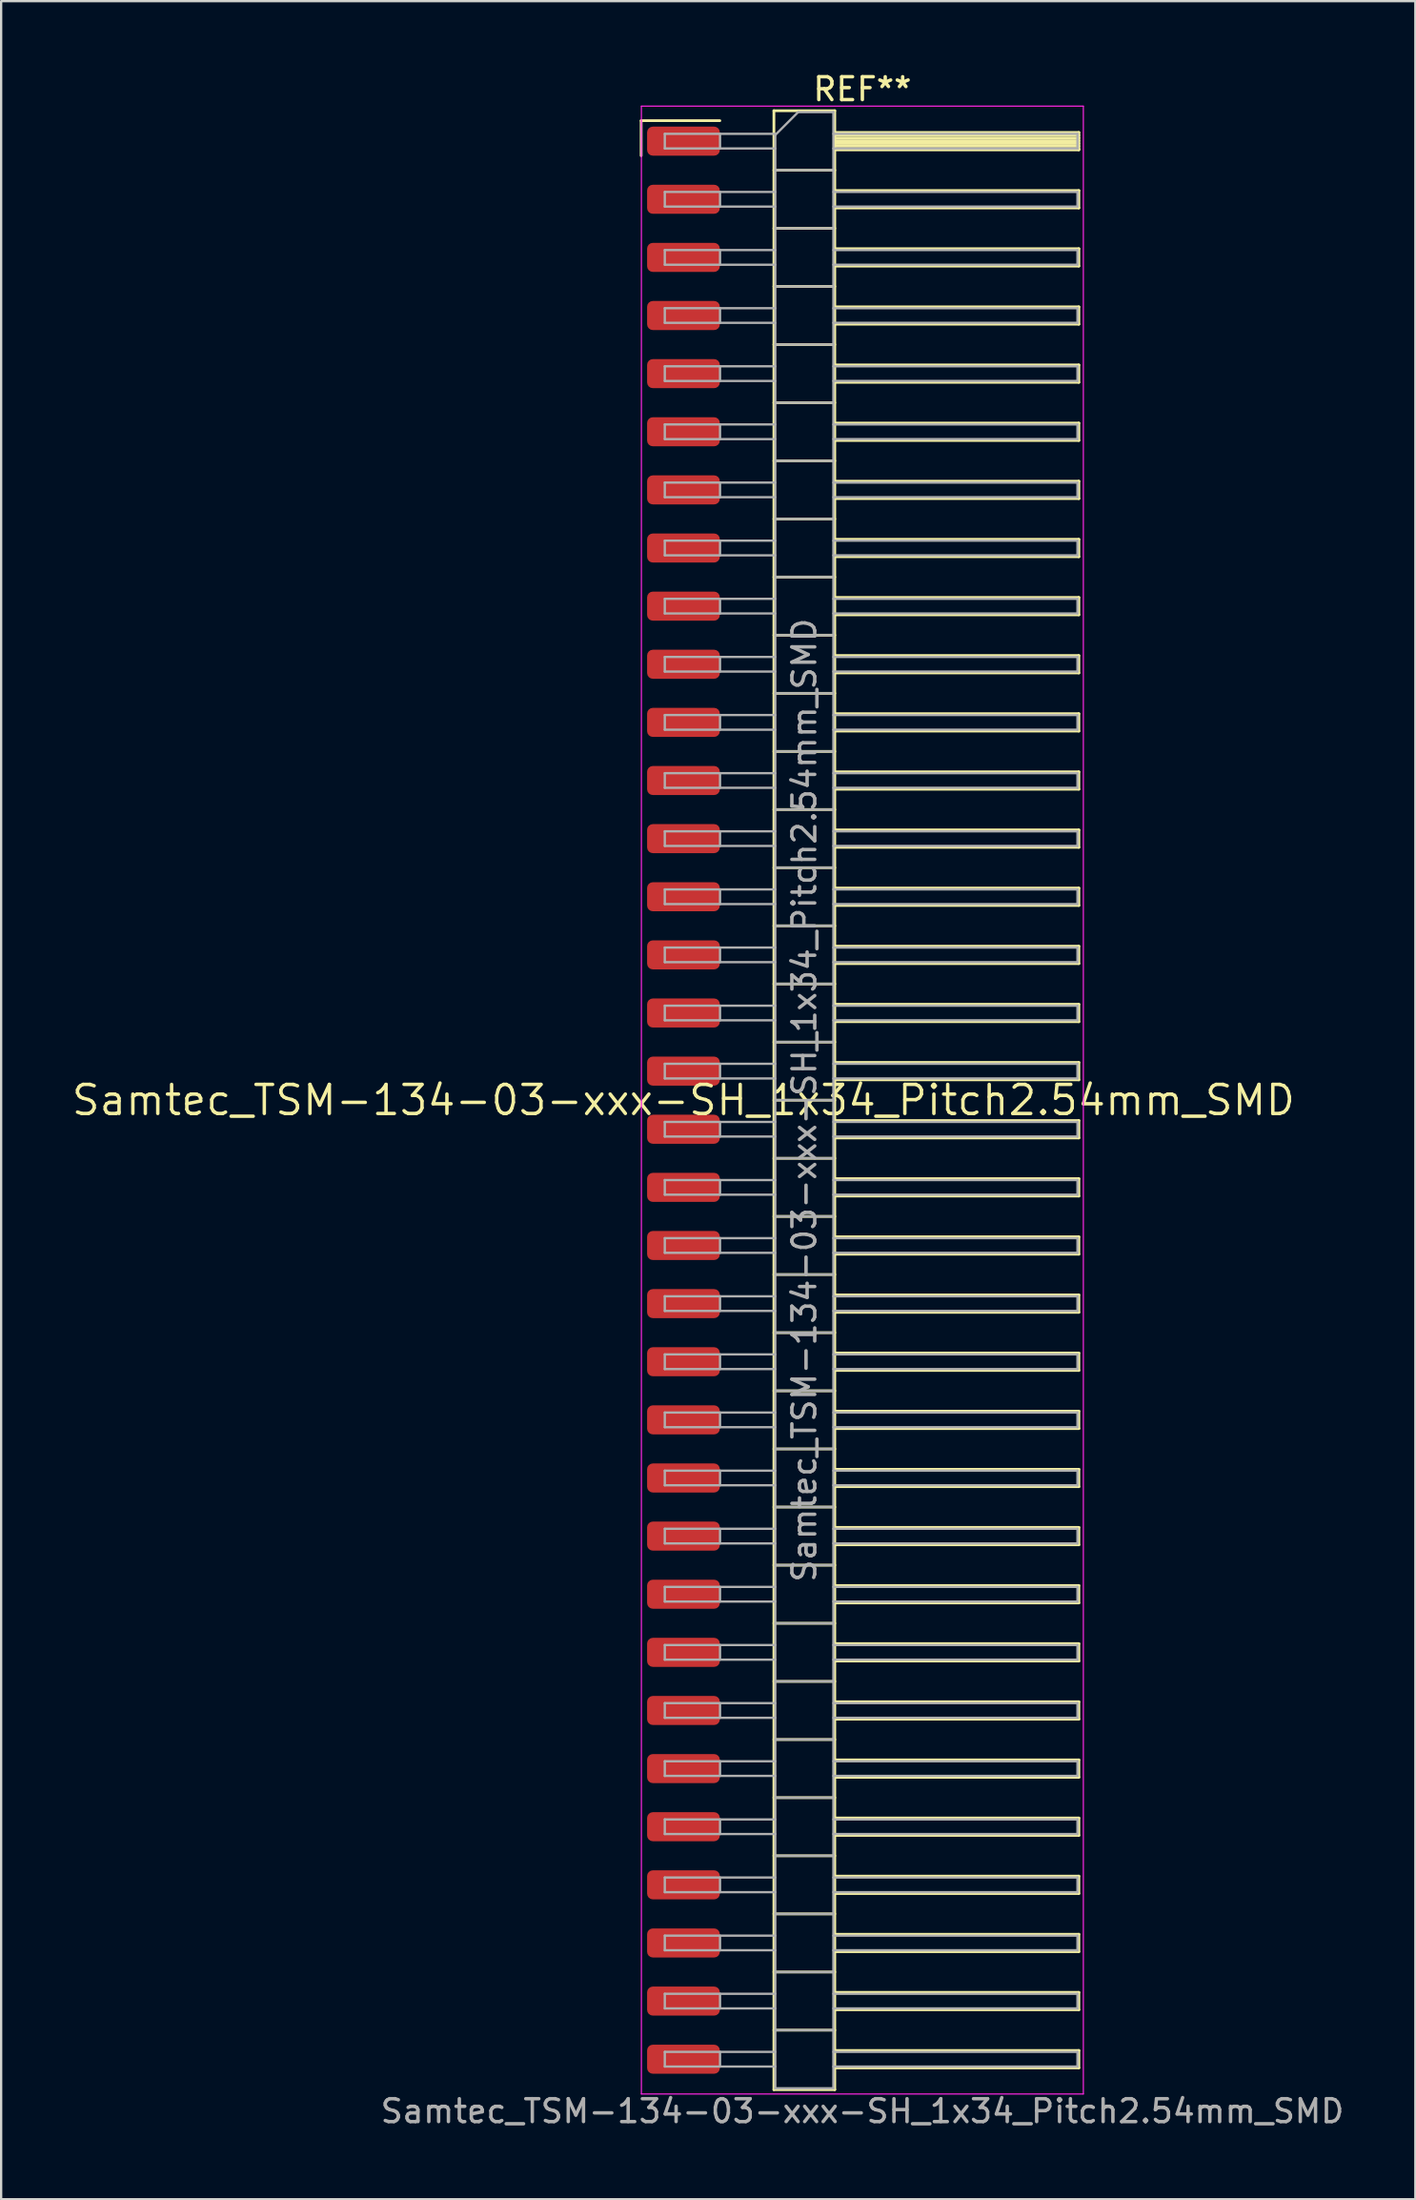
<source format=kicad_pcb>
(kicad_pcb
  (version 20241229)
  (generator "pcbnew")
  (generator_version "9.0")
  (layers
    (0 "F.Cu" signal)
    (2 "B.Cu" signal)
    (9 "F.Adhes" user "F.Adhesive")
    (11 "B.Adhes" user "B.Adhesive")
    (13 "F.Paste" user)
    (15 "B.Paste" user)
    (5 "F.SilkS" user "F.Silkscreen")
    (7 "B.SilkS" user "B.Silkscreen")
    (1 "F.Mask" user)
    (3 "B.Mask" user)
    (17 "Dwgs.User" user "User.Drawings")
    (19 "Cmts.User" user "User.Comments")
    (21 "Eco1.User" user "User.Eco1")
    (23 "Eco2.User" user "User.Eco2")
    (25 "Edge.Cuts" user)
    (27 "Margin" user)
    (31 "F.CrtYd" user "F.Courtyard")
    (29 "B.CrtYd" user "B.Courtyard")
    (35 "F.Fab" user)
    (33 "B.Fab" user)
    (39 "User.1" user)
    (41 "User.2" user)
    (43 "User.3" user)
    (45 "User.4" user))
  (footprint "Samtec_TSM-134-03-xxx-SH_1x34_Pitch2.54mm_SMD"
    (layer "F.Cu")
    (at 26.828 45.028)
    (property "Reference" "Samtec_TSM-134-03-xxx-SH_1x34_Pitch2.54mm_SMD" (at 0 0 0) (layer "F.SilkS") (effects (font (size 1.27 1.27) (thickness 0.15))))
    (attr smd)
    (fp_line (start -1.85 -42.805) (end 1.59 -42.805) (stroke (width 0.12) (type solid)) (layer "F.SilkS"))
    (fp_line (start -1.85 -41.275) (end -1.85 -42.805) (stroke (width 0.12) (type solid)) (layer "F.SilkS"))
    (fp_line (start 3.953 -43.24) (end 6.613 -43.24) (stroke (width 0.12) (type solid)) (layer "F.SilkS"))
    (fp_line (start 3.953 -40.64) (end 6.613 -40.64) (stroke (width 0.12) (type solid)) (layer "F.SilkS"))
    (fp_line (start 3.953 -38.1) (end 6.613 -38.1) (stroke (width 0.12) (type solid)) (layer "F.SilkS"))
    (fp_line (start 3.953 -35.56) (end 6.613 -35.56) (stroke (width 0.12) (type solid)) (layer "F.SilkS"))
    (fp_line (start 3.953 -33.02) (end 6.613 -33.02) (stroke (width 0.12) (type solid)) (layer "F.SilkS"))
    (fp_line (start 3.953 -30.48) (end 6.613 -30.48) (stroke (width 0.12) (type solid)) (layer "F.SilkS"))
    (fp_line (start 3.953 -27.94) (end 6.613 -27.94) (stroke (width 0.12) (type solid)) (layer "F.SilkS"))
    (fp_line (start 3.953 -25.4) (end 6.613 -25.4) (stroke (width 0.12) (type solid)) (layer "F.SilkS"))
    (fp_line (start 3.953 -22.86) (end 6.613 -22.86) (stroke (width 0.12) (type solid)) (layer "F.SilkS"))
    (fp_line (start 3.953 -20.32) (end 6.613 -20.32) (stroke (width 0.12) (type solid)) (layer "F.SilkS"))
    (fp_line (start 3.953 -17.78) (end 6.613 -17.78) (stroke (width 0.12) (type solid)) (layer "F.SilkS"))
    (fp_line (start 3.953 -15.24) (end 6.613 -15.24) (stroke (width 0.12) (type solid)) (layer "F.SilkS"))
    (fp_line (start 3.953 -12.7) (end 6.613 -12.7) (stroke (width 0.12) (type solid)) (layer "F.SilkS"))
    (fp_line (start 3.953 -10.16) (end 6.613 -10.16) (stroke (width 0.12) (type solid)) (layer "F.SilkS"))
    (fp_line (start 3.953 -7.62) (end 6.613 -7.62) (stroke (width 0.12) (type solid)) (layer "F.SilkS"))
    (fp_line (start 3.953 -5.08) (end 6.613 -5.08) (stroke (width 0.12) (type solid)) (layer "F.SilkS"))
    (fp_line (start 3.953 -2.54) (end 6.613 -2.54) (stroke (width 0.12) (type solid)) (layer "F.SilkS"))
    (fp_line (start 3.953 0) (end 6.613 0) (stroke (width 0.12) (type solid)) (layer "F.SilkS"))
    (fp_line (start 3.953 2.54) (end 6.613 2.54) (stroke (width 0.12) (type solid)) (layer "F.SilkS"))
    (fp_line (start 3.953 5.08) (end 6.613 5.08) (stroke (width 0.12) (type solid)) (layer "F.SilkS"))
    (fp_line (start 3.953 7.62) (end 6.613 7.62) (stroke (width 0.12) (type solid)) (layer "F.SilkS"))
    (fp_line (start 3.953 10.16) (end 6.613 10.16) (stroke (width 0.12) (type solid)) (layer "F.SilkS"))
    (fp_line (start 3.953 12.7) (end 6.613 12.7) (stroke (width 0.12) (type solid)) (layer "F.SilkS"))
    (fp_line (start 3.953 15.24) (end 6.613 15.24) (stroke (width 0.12) (type solid)) (layer "F.SilkS"))
    (fp_line (start 3.953 17.78) (end 6.613 17.78) (stroke (width 0.12) (type solid)) (layer "F.SilkS"))
    (fp_line (start 3.953 20.32) (end 6.613 20.32) (stroke (width 0.12) (type solid)) (layer "F.SilkS"))
    (fp_line (start 3.953 22.86) (end 6.613 22.86) (stroke (width 0.12) (type solid)) (layer "F.SilkS"))
    (fp_line (start 3.953 25.4) (end 6.613 25.4) (stroke (width 0.12) (type solid)) (layer "F.SilkS"))
    (fp_line (start 3.953 27.94) (end 6.613 27.94) (stroke (width 0.12) (type solid)) (layer "F.SilkS"))
    (fp_line (start 3.953 30.48) (end 6.613 30.48) (stroke (width 0.12) (type solid)) (layer "F.SilkS"))
    (fp_line (start 3.953 33.02) (end 6.613 33.02) (stroke (width 0.12) (type solid)) (layer "F.SilkS"))
    (fp_line (start 3.953 35.56) (end 6.613 35.56) (stroke (width 0.12) (type solid)) (layer "F.SilkS"))
    (fp_line (start 3.953 38.1) (end 6.613 38.1) (stroke (width 0.12) (type solid)) (layer "F.SilkS"))
    (fp_line (start 3.953 40.64) (end 6.613 40.64) (stroke (width 0.12) (type solid)) (layer "F.SilkS"))
    (fp_line (start 3.953 43.24) (end 3.953 -43.24) (stroke (width 0.12) (type solid)) (layer "F.SilkS"))
    (fp_line (start 6.613 -43.24) (end 6.613 43.24) (stroke (width 0.12) (type solid)) (layer "F.SilkS"))
    (fp_line (start 6.613 -42.29) (end 17.283 -42.29) (stroke (width 0.12) (type solid)) (layer "F.SilkS"))
    (fp_line (start 6.613 -42.17) (end 17.283 -42.17) (stroke (width 0.12) (type solid)) (layer "F.SilkS"))
    (fp_line (start 6.613 -42.05) (end 17.283 -42.05) (stroke (width 0.12) (type solid)) (layer "F.SilkS"))
    (fp_line (start 6.613 -41.93) (end 17.283 -41.93) (stroke (width 0.12) (type solid)) (layer "F.SilkS"))
    (fp_line (start 6.613 -41.81) (end 17.283 -41.81) (stroke (width 0.12) (type solid)) (layer "F.SilkS"))
    (fp_line (start 6.613 -41.69) (end 17.283 -41.69) (stroke (width 0.12) (type solid)) (layer "F.SilkS"))
    (fp_line (start 6.613 -41.57) (end 17.283 -41.57) (stroke (width 0.12) (type solid)) (layer "F.SilkS"))
    (fp_line (start 6.613 -41.53) (end 17.283 -41.53) (stroke (width 0.12) (type solid)) (layer "F.SilkS"))
    (fp_line (start 6.613 -39.75) (end 17.283 -39.75) (stroke (width 0.12) (type solid)) (layer "F.SilkS"))
    (fp_line (start 6.613 -38.99) (end 17.283 -38.99) (stroke (width 0.12) (type solid)) (layer "F.SilkS"))
    (fp_line (start 6.613 -37.21) (end 17.283 -37.21) (stroke (width 0.12) (type solid)) (layer "F.SilkS"))
    (fp_line (start 6.613 -36.45) (end 17.283 -36.45) (stroke (width 0.12) (type solid)) (layer "F.SilkS"))
    (fp_line (start 6.613 -34.67) (end 17.283 -34.67) (stroke (width 0.12) (type solid)) (layer "F.SilkS"))
    (fp_line (start 6.613 -33.91) (end 17.283 -33.91) (stroke (width 0.12) (type solid)) (layer "F.SilkS"))
    (fp_line (start 6.613 -32.13) (end 17.283 -32.13) (stroke (width 0.12) (type solid)) (layer "F.SilkS"))
    (fp_line (start 6.613 -31.37) (end 17.283 -31.37) (stroke (width 0.12) (type solid)) (layer "F.SilkS"))
    (fp_line (start 6.613 -29.59) (end 17.283 -29.59) (stroke (width 0.12) (type solid)) (layer "F.SilkS"))
    (fp_line (start 6.613 -28.83) (end 17.283 -28.83) (stroke (width 0.12) (type solid)) (layer "F.SilkS"))
    (fp_line (start 6.613 -27.05) (end 17.283 -27.05) (stroke (width 0.12) (type solid)) (layer "F.SilkS"))
    (fp_line (start 6.613 -26.29) (end 17.283 -26.29) (stroke (width 0.12) (type solid)) (layer "F.SilkS"))
    (fp_line (start 6.613 -24.51) (end 17.283 -24.51) (stroke (width 0.12) (type solid)) (layer "F.SilkS"))
    (fp_line (start 6.613 -23.75) (end 17.283 -23.75) (stroke (width 0.12) (type solid)) (layer "F.SilkS"))
    (fp_line (start 6.613 -21.97) (end 17.283 -21.97) (stroke (width 0.12) (type solid)) (layer "F.SilkS"))
    (fp_line (start 6.613 -21.21) (end 17.283 -21.21) (stroke (width 0.12) (type solid)) (layer "F.SilkS"))
    (fp_line (start 6.613 -19.43) (end 17.283 -19.43) (stroke (width 0.12) (type solid)) (layer "F.SilkS"))
    (fp_line (start 6.613 -18.67) (end 17.283 -18.67) (stroke (width 0.12) (type solid)) (layer "F.SilkS"))
    (fp_line (start 6.613 -16.89) (end 17.283 -16.89) (stroke (width 0.12) (type solid)) (layer "F.SilkS"))
    (fp_line (start 6.613 -16.13) (end 17.283 -16.13) (stroke (width 0.12) (type solid)) (layer "F.SilkS"))
    (fp_line (start 6.613 -14.35) (end 17.283 -14.35) (stroke (width 0.12) (type solid)) (layer "F.SilkS"))
    (fp_line (start 6.613 -13.59) (end 17.283 -13.59) (stroke (width 0.12) (type solid)) (layer "F.SilkS"))
    (fp_line (start 6.613 -11.81) (end 17.283 -11.81) (stroke (width 0.12) (type solid)) (layer "F.SilkS"))
    (fp_line (start 6.613 -11.05) (end 17.283 -11.05) (stroke (width 0.12) (type solid)) (layer "F.SilkS"))
    (fp_line (start 6.613 -9.27) (end 17.283 -9.27) (stroke (width 0.12) (type solid)) (layer "F.SilkS"))
    (fp_line (start 6.613 -8.51) (end 17.283 -8.51) (stroke (width 0.12) (type solid)) (layer "F.SilkS"))
    (fp_line (start 6.613 -6.73) (end 17.283 -6.73) (stroke (width 0.12) (type solid)) (layer "F.SilkS"))
    (fp_line (start 6.613 -5.97) (end 17.283 -5.97) (stroke (width 0.12) (type solid)) (layer "F.SilkS"))
    (fp_line (start 6.613 -4.19) (end 17.283 -4.19) (stroke (width 0.12) (type solid)) (layer "F.SilkS"))
    (fp_line (start 6.613 -3.43) (end 17.283 -3.43) (stroke (width 0.12) (type solid)) (layer "F.SilkS"))
    (fp_line (start 6.613 -1.65) (end 17.283 -1.65) (stroke (width 0.12) (type solid)) (layer "F.SilkS"))
    (fp_line (start 6.613 -0.89) (end 17.283 -0.89) (stroke (width 0.12) (type solid)) (layer "F.SilkS"))
    (fp_line (start 6.613 0.89) (end 17.283 0.89) (stroke (width 0.12) (type solid)) (layer "F.SilkS"))
    (fp_line (start 6.613 1.65) (end 17.283 1.65) (stroke (width 0.12) (type solid)) (layer "F.SilkS"))
    (fp_line (start 6.613 3.43) (end 17.283 3.43) (stroke (width 0.12) (type solid)) (layer "F.SilkS"))
    (fp_line (start 6.613 4.19) (end 17.283 4.19) (stroke (width 0.12) (type solid)) (layer "F.SilkS"))
    (fp_line (start 6.613 5.97) (end 17.283 5.97) (stroke (width 0.12) (type solid)) (layer "F.SilkS"))
    (fp_line (start 6.613 6.73) (end 17.283 6.73) (stroke (width 0.12) (type solid)) (layer "F.SilkS"))
    (fp_line (start 6.613 8.51) (end 17.283 8.51) (stroke (width 0.12) (type solid)) (layer "F.SilkS"))
    (fp_line (start 6.613 9.27) (end 17.283 9.27) (stroke (width 0.12) (type solid)) (layer "F.SilkS"))
    (fp_line (start 6.613 11.05) (end 17.283 11.05) (stroke (width 0.12) (type solid)) (layer "F.SilkS"))
    (fp_line (start 6.613 11.81) (end 17.283 11.81) (stroke (width 0.12) (type solid)) (layer "F.SilkS"))
    (fp_line (start 6.613 13.59) (end 17.283 13.59) (stroke (width 0.12) (type solid)) (layer "F.SilkS"))
    (fp_line (start 6.613 14.35) (end 17.283 14.35) (stroke (width 0.12) (type solid)) (layer "F.SilkS"))
    (fp_line (start 6.613 16.13) (end 17.283 16.13) (stroke (width 0.12) (type solid)) (layer "F.SilkS"))
    (fp_line (start 6.613 16.89) (end 17.283 16.89) (stroke (width 0.12) (type solid)) (layer "F.SilkS"))
    (fp_line (start 6.613 18.67) (end 17.283 18.67) (stroke (width 0.12) (type solid)) (layer "F.SilkS"))
    (fp_line (start 6.613 19.43) (end 17.283 19.43) (stroke (width 0.12) (type solid)) (layer "F.SilkS"))
    (fp_line (start 6.613 21.21) (end 17.283 21.21) (stroke (width 0.12) (type solid)) (layer "F.SilkS"))
    (fp_line (start 6.613 21.97) (end 17.283 21.97) (stroke (width 0.12) (type solid)) (layer "F.SilkS"))
    (fp_line (start 6.613 23.75) (end 17.283 23.75) (stroke (width 0.12) (type solid)) (layer "F.SilkS"))
    (fp_line (start 6.613 24.51) (end 17.283 24.51) (stroke (width 0.12) (type solid)) (layer "F.SilkS"))
    (fp_line (start 6.613 26.29) (end 17.283 26.29) (stroke (width 0.12) (type solid)) (layer "F.SilkS"))
    (fp_line (start 6.613 27.05) (end 17.283 27.05) (stroke (width 0.12) (type solid)) (layer "F.SilkS"))
    (fp_line (start 6.613 28.83) (end 17.283 28.83) (stroke (width 0.12) (type solid)) (layer "F.SilkS"))
    (fp_line (start 6.613 29.59) (end 17.283 29.59) (stroke (width 0.12) (type solid)) (layer "F.SilkS"))
    (fp_line (start 6.613 31.37) (end 17.283 31.37) (stroke (width 0.12) (type solid)) (layer "F.SilkS"))
    (fp_line (start 6.613 32.13) (end 17.283 32.13) (stroke (width 0.12) (type solid)) (layer "F.SilkS"))
    (fp_line (start 6.613 33.91) (end 17.283 33.91) (stroke (width 0.12) (type solid)) (layer "F.SilkS"))
    (fp_line (start 6.613 34.67) (end 17.283 34.67) (stroke (width 0.12) (type solid)) (layer "F.SilkS"))
    (fp_line (start 6.613 36.45) (end 17.283 36.45) (stroke (width 0.12) (type solid)) (layer "F.SilkS"))
    (fp_line (start 6.613 37.21) (end 17.283 37.21) (stroke (width 0.12) (type solid)) (layer "F.SilkS"))
    (fp_line (start 6.613 38.99) (end 17.283 38.99) (stroke (width 0.12) (type solid)) (layer "F.SilkS"))
    (fp_line (start 6.613 39.75) (end 17.283 39.75) (stroke (width 0.12) (type solid)) (layer "F.SilkS"))
    (fp_line (start 6.613 41.53) (end 17.283 41.53) (stroke (width 0.12) (type solid)) (layer "F.SilkS"))
    (fp_line (start 6.613 42.29) (end 17.283 42.29) (stroke (width 0.12) (type solid)) (layer "F.SilkS"))
    (fp_line (start 6.613 43.24) (end 3.953 43.24) (stroke (width 0.12) (type solid)) (layer "F.SilkS"))
    (fp_line (start 17.283 -42.29) (end 17.283 -41.53) (stroke (width 0.12) (type solid)) (layer "F.SilkS"))
    (fp_line (start 17.283 -39.75) (end 17.283 -38.99) (stroke (width 0.12) (type solid)) (layer "F.SilkS"))
    (fp_line (start 17.283 -37.21) (end 17.283 -36.45) (stroke (width 0.12) (type solid)) (layer "F.SilkS"))
    (fp_line (start 17.283 -34.67) (end 17.283 -33.91) (stroke (width 0.12) (type solid)) (layer "F.SilkS"))
    (fp_line (start 17.283 -32.13) (end 17.283 -31.37) (stroke (width 0.12) (type solid)) (layer "F.SilkS"))
    (fp_line (start 17.283 -29.59) (end 17.283 -28.83) (stroke (width 0.12) (type solid)) (layer "F.SilkS"))
    (fp_line (start 17.283 -27.05) (end 17.283 -26.29) (stroke (width 0.12) (type solid)) (layer "F.SilkS"))
    (fp_line (start 17.283 -24.51) (end 17.283 -23.75) (stroke (width 0.12) (type solid)) (layer "F.SilkS"))
    (fp_line (start 17.283 -21.97) (end 17.283 -21.21) (stroke (width 0.12) (type solid)) (layer "F.SilkS"))
    (fp_line (start 17.283 -19.43) (end 17.283 -18.67) (stroke (width 0.12) (type solid)) (layer "F.SilkS"))
    (fp_line (start 17.283 -16.89) (end 17.283 -16.13) (stroke (width 0.12) (type solid)) (layer "F.SilkS"))
    (fp_line (start 17.283 -14.35) (end 17.283 -13.59) (stroke (width 0.12) (type solid)) (layer "F.SilkS"))
    (fp_line (start 17.283 -11.81) (end 17.283 -11.05) (stroke (width 0.12) (type solid)) (layer "F.SilkS"))
    (fp_line (start 17.283 -9.27) (end 17.283 -8.51) (stroke (width 0.12) (type solid)) (layer "F.SilkS"))
    (fp_line (start 17.283 -6.73) (end 17.283 -5.97) (stroke (width 0.12) (type solid)) (layer "F.SilkS"))
    (fp_line (start 17.283 -4.19) (end 17.283 -3.43) (stroke (width 0.12) (type solid)) (layer "F.SilkS"))
    (fp_line (start 17.283 -1.65) (end 17.283 -0.89) (stroke (width 0.12) (type solid)) (layer "F.SilkS"))
    (fp_line (start 17.283 0.89) (end 17.283 1.65) (stroke (width 0.12) (type solid)) (layer "F.SilkS"))
    (fp_line (start 17.283 3.43) (end 17.283 4.19) (stroke (width 0.12) (type solid)) (layer "F.SilkS"))
    (fp_line (start 17.283 5.97) (end 17.283 6.73) (stroke (width 0.12) (type solid)) (layer "F.SilkS"))
    (fp_line (start 17.283 8.51) (end 17.283 9.27) (stroke (width 0.12) (type solid)) (layer "F.SilkS"))
    (fp_line (start 17.283 11.05) (end 17.283 11.81) (stroke (width 0.12) (type solid)) (layer "F.SilkS"))
    (fp_line (start 17.283 13.59) (end 17.283 14.35) (stroke (width 0.12) (type solid)) (layer "F.SilkS"))
    (fp_line (start 17.283 16.13) (end 17.283 16.89) (stroke (width 0.12) (type solid)) (layer "F.SilkS"))
    (fp_line (start 17.283 18.67) (end 17.283 19.43) (stroke (width 0.12) (type solid)) (layer "F.SilkS"))
    (fp_line (start 17.283 21.21) (end 17.283 21.97) (stroke (width 0.12) (type solid)) (layer "F.SilkS"))
    (fp_line (start 17.283 23.75) (end 17.283 24.51) (stroke (width 0.12) (type solid)) (layer "F.SilkS"))
    (fp_line (start 17.283 26.29) (end 17.283 27.05) (stroke (width 0.12) (type solid)) (layer "F.SilkS"))
    (fp_line (start 17.283 28.83) (end 17.283 29.59) (stroke (width 0.12) (type solid)) (layer "F.SilkS"))
    (fp_line (start 17.283 31.37) (end 17.283 32.13) (stroke (width 0.12) (type solid)) (layer "F.SilkS"))
    (fp_line (start 17.283 33.91) (end 17.283 34.67) (stroke (width 0.12) (type solid)) (layer "F.SilkS"))
    (fp_line (start 17.283 36.45) (end 17.283 37.21) (stroke (width 0.12) (type solid)) (layer "F.SilkS"))
    (fp_line (start 17.283 38.99) (end 17.283 39.75) (stroke (width 0.12) (type solid)) (layer "F.SilkS"))
    (fp_line (start 17.283 41.53) (end 17.283 42.29) (stroke (width 0.12) (type solid)) (layer "F.SilkS"))
    (fp_line (start -1.84 -43.44) (end 17.48 -43.44) (stroke (width 0.05) (type solid)) (layer "F.CrtYd"))
    (fp_line (start -1.84 43.43) (end -1.84 -43.44) (stroke (width 0.05) (type solid)) (layer "F.CrtYd"))
    (fp_line (start 17.48 -43.44) (end 17.48 43.43) (stroke (width 0.05) (type solid)) (layer "F.CrtYd"))
    (fp_line (start 17.48 43.43) (end -1.84 43.43) (stroke (width 0.05) (type solid)) (layer "F.CrtYd"))
    (fp_line (start -0.817 -42.23) (end -0.817 -41.59) (stroke (width 0.1) (type solid)) (layer "F.Fab"))
    (fp_line (start -0.817 -42.23) (end 4.013 -42.23) (stroke (width 0.1) (type solid)) (layer "F.Fab"))
    (fp_line (start -0.817 -41.59) (end 4.013 -41.59) (stroke (width 0.1) (type solid)) (layer "F.Fab"))
    (fp_line (start -0.817 -39.69) (end -0.817 -39.05) (stroke (width 0.1) (type solid)) (layer "F.Fab"))
    (fp_line (start -0.817 -39.69) (end 4.013 -39.69) (stroke (width 0.1) (type solid)) (layer "F.Fab"))
    (fp_line (start -0.817 -39.05) (end 4.013 -39.05) (stroke (width 0.1) (type solid)) (layer "F.Fab"))
    (fp_line (start -0.817 -37.15) (end -0.817 -36.51) (stroke (width 0.1) (type solid)) (layer "F.Fab"))
    (fp_line (start -0.817 -37.15) (end 4.013 -37.15) (stroke (width 0.1) (type solid)) (layer "F.Fab"))
    (fp_line (start -0.817 -36.51) (end 4.013 -36.51) (stroke (width 0.1) (type solid)) (layer "F.Fab"))
    (fp_line (start -0.817 -34.61) (end -0.817 -33.97) (stroke (width 0.1) (type solid)) (layer "F.Fab"))
    (fp_line (start -0.817 -34.61) (end 4.013 -34.61) (stroke (width 0.1) (type solid)) (layer "F.Fab"))
    (fp_line (start -0.817 -33.97) (end 4.013 -33.97) (stroke (width 0.1) (type solid)) (layer "F.Fab"))
    (fp_line (start -0.817 -32.07) (end -0.817 -31.43) (stroke (width 0.1) (type solid)) (layer "F.Fab"))
    (fp_line (start -0.817 -32.07) (end 4.013 -32.07) (stroke (width 0.1) (type solid)) (layer "F.Fab"))
    (fp_line (start -0.817 -31.43) (end 4.013 -31.43) (stroke (width 0.1) (type solid)) (layer "F.Fab"))
    (fp_line (start -0.817 -29.53) (end -0.817 -28.89) (stroke (width 0.1) (type solid)) (layer "F.Fab"))
    (fp_line (start -0.817 -29.53) (end 4.013 -29.53) (stroke (width 0.1) (type solid)) (layer "F.Fab"))
    (fp_line (start -0.817 -28.89) (end 4.013 -28.89) (stroke (width 0.1) (type solid)) (layer "F.Fab"))
    (fp_line (start -0.817 -26.99) (end -0.817 -26.35) (stroke (width 0.1) (type solid)) (layer "F.Fab"))
    (fp_line (start -0.817 -26.99) (end 4.013 -26.99) (stroke (width 0.1) (type solid)) (layer "F.Fab"))
    (fp_line (start -0.817 -26.35) (end 4.013 -26.35) (stroke (width 0.1) (type solid)) (layer "F.Fab"))
    (fp_line (start -0.817 -24.45) (end -0.817 -23.81) (stroke (width 0.1) (type solid)) (layer "F.Fab"))
    (fp_line (start -0.817 -24.45) (end 4.013 -24.45) (stroke (width 0.1) (type solid)) (layer "F.Fab"))
    (fp_line (start -0.817 -23.81) (end 4.013 -23.81) (stroke (width 0.1) (type solid)) (layer "F.Fab"))
    (fp_line (start -0.817 -21.91) (end -0.817 -21.27) (stroke (width 0.1) (type solid)) (layer "F.Fab"))
    (fp_line (start -0.817 -21.91) (end 4.013 -21.91) (stroke (width 0.1) (type solid)) (layer "F.Fab"))
    (fp_line (start -0.817 -21.27) (end 4.013 -21.27) (stroke (width 0.1) (type solid)) (layer "F.Fab"))
    (fp_line (start -0.817 -19.37) (end -0.817 -18.73) (stroke (width 0.1) (type solid)) (layer "F.Fab"))
    (fp_line (start -0.817 -19.37) (end 4.013 -19.37) (stroke (width 0.1) (type solid)) (layer "F.Fab"))
    (fp_line (start -0.817 -18.73) (end 4.013 -18.73) (stroke (width 0.1) (type solid)) (layer "F.Fab"))
    (fp_line (start -0.817 -16.83) (end -0.817 -16.19) (stroke (width 0.1) (type solid)) (layer "F.Fab"))
    (fp_line (start -0.817 -16.83) (end 4.013 -16.83) (stroke (width 0.1) (type solid)) (layer "F.Fab"))
    (fp_line (start -0.817 -16.19) (end 4.013 -16.19) (stroke (width 0.1) (type solid)) (layer "F.Fab"))
    (fp_line (start -0.817 -14.29) (end -0.817 -13.65) (stroke (width 0.1) (type solid)) (layer "F.Fab"))
    (fp_line (start -0.817 -14.29) (end 4.013 -14.29) (stroke (width 0.1) (type solid)) (layer "F.Fab"))
    (fp_line (start -0.817 -13.65) (end 4.013 -13.65) (stroke (width 0.1) (type solid)) (layer "F.Fab"))
    (fp_line (start -0.817 -11.75) (end -0.817 -11.11) (stroke (width 0.1) (type solid)) (layer "F.Fab"))
    (fp_line (start -0.817 -11.75) (end 4.013 -11.75) (stroke (width 0.1) (type solid)) (layer "F.Fab"))
    (fp_line (start -0.817 -11.11) (end 4.013 -11.11) (stroke (width 0.1) (type solid)) (layer "F.Fab"))
    (fp_line (start -0.817 -9.21) (end -0.817 -8.57) (stroke (width 0.1) (type solid)) (layer "F.Fab"))
    (fp_line (start -0.817 -9.21) (end 4.013 -9.21) (stroke (width 0.1) (type solid)) (layer "F.Fab"))
    (fp_line (start -0.817 -8.57) (end 4.013 -8.57) (stroke (width 0.1) (type solid)) (layer "F.Fab"))
    (fp_line (start -0.817 -6.67) (end -0.817 -6.03) (stroke (width 0.1) (type solid)) (layer "F.Fab"))
    (fp_line (start -0.817 -6.67) (end 4.013 -6.67) (stroke (width 0.1) (type solid)) (layer "F.Fab"))
    (fp_line (start -0.817 -6.03) (end 4.013 -6.03) (stroke (width 0.1) (type solid)) (layer "F.Fab"))
    (fp_line (start -0.817 -4.13) (end -0.817 -3.49) (stroke (width 0.1) (type solid)) (layer "F.Fab"))
    (fp_line (start -0.817 -4.13) (end 4.013 -4.13) (stroke (width 0.1) (type solid)) (layer "F.Fab"))
    (fp_line (start -0.817 -3.49) (end 4.013 -3.49) (stroke (width 0.1) (type solid)) (layer "F.Fab"))
    (fp_line (start -0.817 -1.59) (end -0.817 -0.95) (stroke (width 0.1) (type solid)) (layer "F.Fab"))
    (fp_line (start -0.817 -1.59) (end 4.013 -1.59) (stroke (width 0.1) (type solid)) (layer "F.Fab"))
    (fp_line (start -0.817 -0.95) (end 4.013 -0.95) (stroke (width 0.1) (type solid)) (layer "F.Fab"))
    (fp_line (start -0.817 0.95) (end -0.817 1.59) (stroke (width 0.1) (type solid)) (layer "F.Fab"))
    (fp_line (start -0.817 0.95) (end 4.013 0.95) (stroke (width 0.1) (type solid)) (layer "F.Fab"))
    (fp_line (start -0.817 1.59) (end 4.013 1.59) (stroke (width 0.1) (type solid)) (layer "F.Fab"))
    (fp_line (start -0.817 3.49) (end -0.817 4.13) (stroke (width 0.1) (type solid)) (layer "F.Fab"))
    (fp_line (start -0.817 3.49) (end 4.013 3.49) (stroke (width 0.1) (type solid)) (layer "F.Fab"))
    (fp_line (start -0.817 4.13) (end 4.013 4.13) (stroke (width 0.1) (type solid)) (layer "F.Fab"))
    (fp_line (start -0.817 6.03) (end -0.817 6.67) (stroke (width 0.1) (type solid)) (layer "F.Fab"))
    (fp_line (start -0.817 6.03) (end 4.013 6.03) (stroke (width 0.1) (type solid)) (layer "F.Fab"))
    (fp_line (start -0.817 6.67) (end 4.013 6.67) (stroke (width 0.1) (type solid)) (layer "F.Fab"))
    (fp_line (start -0.817 8.57) (end -0.817 9.21) (stroke (width 0.1) (type solid)) (layer "F.Fab"))
    (fp_line (start -0.817 8.57) (end 4.013 8.57) (stroke (width 0.1) (type solid)) (layer "F.Fab"))
    (fp_line (start -0.817 9.21) (end 4.013 9.21) (stroke (width 0.1) (type solid)) (layer "F.Fab"))
    (fp_line (start -0.817 11.11) (end -0.817 11.75) (stroke (width 0.1) (type solid)) (layer "F.Fab"))
    (fp_line (start -0.817 11.11) (end 4.013 11.11) (stroke (width 0.1) (type solid)) (layer "F.Fab"))
    (fp_line (start -0.817 11.75) (end 4.013 11.75) (stroke (width 0.1) (type solid)) (layer "F.Fab"))
    (fp_line (start -0.817 13.65) (end -0.817 14.29) (stroke (width 0.1) (type solid)) (layer "F.Fab"))
    (fp_line (start -0.817 13.65) (end 4.013 13.65) (stroke (width 0.1) (type solid)) (layer "F.Fab"))
    (fp_line (start -0.817 14.29) (end 4.013 14.29) (stroke (width 0.1) (type solid)) (layer "F.Fab"))
    (fp_line (start -0.817 16.19) (end -0.817 16.83) (stroke (width 0.1) (type solid)) (layer "F.Fab"))
    (fp_line (start -0.817 16.19) (end 4.013 16.19) (stroke (width 0.1) (type solid)) (layer "F.Fab"))
    (fp_line (start -0.817 16.83) (end 4.013 16.83) (stroke (width 0.1) (type solid)) (layer "F.Fab"))
    (fp_line (start -0.817 18.73) (end -0.817 19.37) (stroke (width 0.1) (type solid)) (layer "F.Fab"))
    (fp_line (start -0.817 18.73) (end 4.013 18.73) (stroke (width 0.1) (type solid)) (layer "F.Fab"))
    (fp_line (start -0.817 19.37) (end 4.013 19.37) (stroke (width 0.1) (type solid)) (layer "F.Fab"))
    (fp_line (start -0.817 21.27) (end -0.817 21.91) (stroke (width 0.1) (type solid)) (layer "F.Fab"))
    (fp_line (start -0.817 21.27) (end 4.013 21.27) (stroke (width 0.1) (type solid)) (layer "F.Fab"))
    (fp_line (start -0.817 21.91) (end 4.013 21.91) (stroke (width 0.1) (type solid)) (layer "F.Fab"))
    (fp_line (start -0.817 23.81) (end -0.817 24.45) (stroke (width 0.1) (type solid)) (layer "F.Fab"))
    (fp_line (start -0.817 23.81) (end 4.013 23.81) (stroke (width 0.1) (type solid)) (layer "F.Fab"))
    (fp_line (start -0.817 24.45) (end 4.013 24.45) (stroke (width 0.1) (type solid)) (layer "F.Fab"))
    (fp_line (start -0.817 26.35) (end -0.817 26.99) (stroke (width 0.1) (type solid)) (layer "F.Fab"))
    (fp_line (start -0.817 26.35) (end 4.013 26.35) (stroke (width 0.1) (type solid)) (layer "F.Fab"))
    (fp_line (start -0.817 26.99) (end 4.013 26.99) (stroke (width 0.1) (type solid)) (layer "F.Fab"))
    (fp_line (start -0.817 28.89) (end -0.817 29.53) (stroke (width 0.1) (type solid)) (layer "F.Fab"))
    (fp_line (start -0.817 28.89) (end 4.013 28.89) (stroke (width 0.1) (type solid)) (layer "F.Fab"))
    (fp_line (start -0.817 29.53) (end 4.013 29.53) (stroke (width 0.1) (type solid)) (layer "F.Fab"))
    (fp_line (start -0.817 31.43) (end -0.817 32.07) (stroke (width 0.1) (type solid)) (layer "F.Fab"))
    (fp_line (start -0.817 31.43) (end 4.013 31.43) (stroke (width 0.1) (type solid)) (layer "F.Fab"))
    (fp_line (start -0.817 32.07) (end 4.013 32.07) (stroke (width 0.1) (type solid)) (layer "F.Fab"))
    (fp_line (start -0.817 33.97) (end -0.817 34.61) (stroke (width 0.1) (type solid)) (layer "F.Fab"))
    (fp_line (start -0.817 33.97) (end 4.013 33.97) (stroke (width 0.1) (type solid)) (layer "F.Fab"))
    (fp_line (start -0.817 34.61) (end 4.013 34.61) (stroke (width 0.1) (type solid)) (layer "F.Fab"))
    (fp_line (start -0.817 36.51) (end -0.817 37.15) (stroke (width 0.1) (type solid)) (layer "F.Fab"))
    (fp_line (start -0.817 36.51) (end 4.013 36.51) (stroke (width 0.1) (type solid)) (layer "F.Fab"))
    (fp_line (start -0.817 37.15) (end 4.013 37.15) (stroke (width 0.1) (type solid)) (layer "F.Fab"))
    (fp_line (start -0.817 39.05) (end -0.817 39.69) (stroke (width 0.1) (type solid)) (layer "F.Fab"))
    (fp_line (start -0.817 39.05) (end 4.013 39.05) (stroke (width 0.1) (type solid)) (layer "F.Fab"))
    (fp_line (start -0.817 39.69) (end 4.013 39.69) (stroke (width 0.1) (type solid)) (layer "F.Fab"))
    (fp_line (start -0.817 41.59) (end -0.817 42.23) (stroke (width 0.1) (type solid)) (layer "F.Fab"))
    (fp_line (start -0.817 41.59) (end 4.013 41.59) (stroke (width 0.1) (type solid)) (layer "F.Fab"))
    (fp_line (start -0.817 42.23) (end 4.013 42.23) (stroke (width 0.1) (type solid)) (layer "F.Fab"))
    (fp_line (start 1.598 -42.23) (end 1.598 -41.59) (stroke (width 0.1) (type solid)) (layer "F.Fab"))
    (fp_line (start 1.598 -39.69) (end 1.598 -39.05) (stroke (width 0.1) (type solid)) (layer "F.Fab"))
    (fp_line (start 1.598 -37.15) (end 1.598 -36.51) (stroke (width 0.1) (type solid)) (layer "F.Fab"))
    (fp_line (start 1.598 -34.61) (end 1.598 -33.97) (stroke (width 0.1) (type solid)) (layer "F.Fab"))
    (fp_line (start 1.598 -32.07) (end 1.598 -31.43) (stroke (width 0.1) (type solid)) (layer "F.Fab"))
    (fp_line (start 1.598 -29.53) (end 1.598 -28.89) (stroke (width 0.1) (type solid)) (layer "F.Fab"))
    (fp_line (start 1.598 -26.99) (end 1.598 -26.35) (stroke (width 0.1) (type solid)) (layer "F.Fab"))
    (fp_line (start 1.598 -24.45) (end 1.598 -23.81) (stroke (width 0.1) (type solid)) (layer "F.Fab"))
    (fp_line (start 1.598 -21.91) (end 1.598 -21.27) (stroke (width 0.1) (type solid)) (layer "F.Fab"))
    (fp_line (start 1.598 -19.37) (end 1.598 -18.73) (stroke (width 0.1) (type solid)) (layer "F.Fab"))
    (fp_line (start 1.598 -16.83) (end 1.598 -16.19) (stroke (width 0.1) (type solid)) (layer "F.Fab"))
    (fp_line (start 1.598 -14.29) (end 1.598 -13.65) (stroke (width 0.1) (type solid)) (layer "F.Fab"))
    (fp_line (start 1.598 -11.75) (end 1.598 -11.11) (stroke (width 0.1) (type solid)) (layer "F.Fab"))
    (fp_line (start 1.598 -9.21) (end 1.598 -8.57) (stroke (width 0.1) (type solid)) (layer "F.Fab"))
    (fp_line (start 1.598 -6.67) (end 1.598 -6.03) (stroke (width 0.1) (type solid)) (layer "F.Fab"))
    (fp_line (start 1.598 -4.13) (end 1.598 -3.49) (stroke (width 0.1) (type solid)) (layer "F.Fab"))
    (fp_line (start 1.598 -1.59) (end 1.598 -0.95) (stroke (width 0.1) (type solid)) (layer "F.Fab"))
    (fp_line (start 1.598 0.95) (end 1.598 1.59) (stroke (width 0.1) (type solid)) (layer "F.Fab"))
    (fp_line (start 1.598 3.49) (end 1.598 4.13) (stroke (width 0.1) (type solid)) (layer "F.Fab"))
    (fp_line (start 1.598 6.03) (end 1.598 6.67) (stroke (width 0.1) (type solid)) (layer "F.Fab"))
    (fp_line (start 1.598 8.57) (end 1.598 9.21) (stroke (width 0.1) (type solid)) (layer "F.Fab"))
    (fp_line (start 1.598 11.11) (end 1.598 11.75) (stroke (width 0.1) (type solid)) (layer "F.Fab"))
    (fp_line (start 1.598 13.65) (end 1.598 14.29) (stroke (width 0.1) (type solid)) (layer "F.Fab"))
    (fp_line (start 1.598 16.19) (end 1.598 16.83) (stroke (width 0.1) (type solid)) (layer "F.Fab"))
    (fp_line (start 1.598 18.73) (end 1.598 19.37) (stroke (width 0.1) (type solid)) (layer "F.Fab"))
    (fp_line (start 1.598 21.27) (end 1.598 21.91) (stroke (width 0.1) (type solid)) (layer "F.Fab"))
    (fp_line (start 1.598 23.81) (end 1.598 24.45) (stroke (width 0.1) (type solid)) (layer "F.Fab"))
    (fp_line (start 1.598 26.35) (end 1.598 26.99) (stroke (width 0.1) (type solid)) (layer "F.Fab"))
    (fp_line (start 1.598 28.89) (end 1.598 29.53) (stroke (width 0.1) (type solid)) (layer "F.Fab"))
    (fp_line (start 1.598 31.43) (end 1.598 32.07) (stroke (width 0.1) (type solid)) (layer "F.Fab"))
    (fp_line (start 1.598 33.97) (end 1.598 34.61) (stroke (width 0.1) (type solid)) (layer "F.Fab"))
    (fp_line (start 1.598 36.51) (end 1.598 37.15) (stroke (width 0.1) (type solid)) (layer "F.Fab"))
    (fp_line (start 1.598 39.05) (end 1.598 39.69) (stroke (width 0.1) (type solid)) (layer "F.Fab"))
    (fp_line (start 1.598 41.59) (end 1.598 42.23) (stroke (width 0.1) (type solid)) (layer "F.Fab"))
    (fp_line (start 4.013 -42.18) (end 5.013 -43.18) (stroke (width 0.1) (type solid)) (layer "F.Fab"))
    (fp_line (start 4.013 -40.64) (end 6.553 -40.64) (stroke (width 0.1) (type solid)) (layer "F.Fab"))
    (fp_line (start 4.013 -38.1) (end 6.553 -38.1) (stroke (width 0.1) (type solid)) (layer "F.Fab"))
    (fp_line (start 4.013 -35.56) (end 6.553 -35.56) (stroke (width 0.1) (type solid)) (layer "F.Fab"))
    (fp_line (start 4.013 -33.02) (end 6.553 -33.02) (stroke (width 0.1) (type solid)) (layer "F.Fab"))
    (fp_line (start 4.013 -30.48) (end 6.553 -30.48) (stroke (width 0.1) (type solid)) (layer "F.Fab"))
    (fp_line (start 4.013 -27.94) (end 6.553 -27.94) (stroke (width 0.1) (type solid)) (layer "F.Fab"))
    (fp_line (start 4.013 -25.4) (end 6.553 -25.4) (stroke (width 0.1) (type solid)) (layer "F.Fab"))
    (fp_line (start 4.013 -22.86) (end 6.553 -22.86) (stroke (width 0.1) (type solid)) (layer "F.Fab"))
    (fp_line (start 4.013 -20.32) (end 6.553 -20.32) (stroke (width 0.1) (type solid)) (layer "F.Fab"))
    (fp_line (start 4.013 -17.78) (end 6.553 -17.78) (stroke (width 0.1) (type solid)) (layer "F.Fab"))
    (fp_line (start 4.013 -15.24) (end 6.553 -15.24) (stroke (width 0.1) (type solid)) (layer "F.Fab"))
    (fp_line (start 4.013 -12.7) (end 6.553 -12.7) (stroke (width 0.1) (type solid)) (layer "F.Fab"))
    (fp_line (start 4.013 -10.16) (end 6.553 -10.16) (stroke (width 0.1) (type solid)) (layer "F.Fab"))
    (fp_line (start 4.013 -7.62) (end 6.553 -7.62) (stroke (width 0.1) (type solid)) (layer "F.Fab"))
    (fp_line (start 4.013 -5.08) (end 6.553 -5.08) (stroke (width 0.1) (type solid)) (layer "F.Fab"))
    (fp_line (start 4.013 -2.54) (end 6.553 -2.54) (stroke (width 0.1) (type solid)) (layer "F.Fab"))
    (fp_line (start 4.013 0) (end 6.553 0) (stroke (width 0.1) (type solid)) (layer "F.Fab"))
    (fp_line (start 4.013 2.54) (end 6.553 2.54) (stroke (width 0.1) (type solid)) (layer "F.Fab"))
    (fp_line (start 4.013 5.08) (end 6.553 5.08) (stroke (width 0.1) (type solid)) (layer "F.Fab"))
    (fp_line (start 4.013 7.62) (end 6.553 7.62) (stroke (width 0.1) (type solid)) (layer "F.Fab"))
    (fp_line (start 4.013 10.16) (end 6.553 10.16) (stroke (width 0.1) (type solid)) (layer "F.Fab"))
    (fp_line (start 4.013 12.7) (end 6.553 12.7) (stroke (width 0.1) (type solid)) (layer "F.Fab"))
    (fp_line (start 4.013 15.24) (end 6.553 15.24) (stroke (width 0.1) (type solid)) (layer "F.Fab"))
    (fp_line (start 4.013 17.78) (end 6.553 17.78) (stroke (width 0.1) (type solid)) (layer "F.Fab"))
    (fp_line (start 4.013 20.32) (end 6.553 20.32) (stroke (width 0.1) (type solid)) (layer "F.Fab"))
    (fp_line (start 4.013 22.86) (end 6.553 22.86) (stroke (width 0.1) (type solid)) (layer "F.Fab"))
    (fp_line (start 4.013 25.4) (end 6.553 25.4) (stroke (width 0.1) (type solid)) (layer "F.Fab"))
    (fp_line (start 4.013 27.94) (end 6.553 27.94) (stroke (width 0.1) (type solid)) (layer "F.Fab"))
    (fp_line (start 4.013 30.48) (end 6.553 30.48) (stroke (width 0.1) (type solid)) (layer "F.Fab"))
    (fp_line (start 4.013 33.02) (end 6.553 33.02) (stroke (width 0.1) (type solid)) (layer "F.Fab"))
    (fp_line (start 4.013 35.56) (end 6.553 35.56) (stroke (width 0.1) (type solid)) (layer "F.Fab"))
    (fp_line (start 4.013 38.1) (end 6.553 38.1) (stroke (width 0.1) (type solid)) (layer "F.Fab"))
    (fp_line (start 4.013 40.64) (end 6.553 40.64) (stroke (width 0.1) (type solid)) (layer "F.Fab"))
    (fp_line (start 4.013 43.18) (end 4.013 -42.18) (stroke (width 0.1) (type solid)) (layer "F.Fab"))
    (fp_line (start 5.013 -43.18) (end 6.553 -43.18) (stroke (width 0.1) (type solid)) (layer "F.Fab"))
    (fp_line (start 6.553 -43.18) (end 6.553 43.18) (stroke (width 0.1) (type solid)) (layer "F.Fab"))
    (fp_line (start 6.553 -42.23) (end 17.223 -42.23) (stroke (width 0.1) (type solid)) (layer "F.Fab"))
    (fp_line (start 6.553 -41.59) (end 17.223 -41.59) (stroke (width 0.1) (type solid)) (layer "F.Fab"))
    (fp_line (start 6.553 -39.69) (end 17.223 -39.69) (stroke (width 0.1) (type solid)) (layer "F.Fab"))
    (fp_line (start 6.553 -39.05) (end 17.223 -39.05) (stroke (width 0.1) (type solid)) (layer "F.Fab"))
    (fp_line (start 6.553 -37.15) (end 17.223 -37.15) (stroke (width 0.1) (type solid)) (layer "F.Fab"))
    (fp_line (start 6.553 -36.51) (end 17.223 -36.51) (stroke (width 0.1) (type solid)) (layer "F.Fab"))
    (fp_line (start 6.553 -34.61) (end 17.223 -34.61) (stroke (width 0.1) (type solid)) (layer "F.Fab"))
    (fp_line (start 6.553 -33.97) (end 17.223 -33.97) (stroke (width 0.1) (type solid)) (layer "F.Fab"))
    (fp_line (start 6.553 -32.07) (end 17.223 -32.07) (stroke (width 0.1) (type solid)) (layer "F.Fab"))
    (fp_line (start 6.553 -31.43) (end 17.223 -31.43) (stroke (width 0.1) (type solid)) (layer "F.Fab"))
    (fp_line (start 6.553 -29.53) (end 17.223 -29.53) (stroke (width 0.1) (type solid)) (layer "F.Fab"))
    (fp_line (start 6.553 -28.89) (end 17.223 -28.89) (stroke (width 0.1) (type solid)) (layer "F.Fab"))
    (fp_line (start 6.553 -26.99) (end 17.223 -26.99) (stroke (width 0.1) (type solid)) (layer "F.Fab"))
    (fp_line (start 6.553 -26.35) (end 17.223 -26.35) (stroke (width 0.1) (type solid)) (layer "F.Fab"))
    (fp_line (start 6.553 -24.45) (end 17.223 -24.45) (stroke (width 0.1) (type solid)) (layer "F.Fab"))
    (fp_line (start 6.553 -23.81) (end 17.223 -23.81) (stroke (width 0.1) (type solid)) (layer "F.Fab"))
    (fp_line (start 6.553 -21.91) (end 17.223 -21.91) (stroke (width 0.1) (type solid)) (layer "F.Fab"))
    (fp_line (start 6.553 -21.27) (end 17.223 -21.27) (stroke (width 0.1) (type solid)) (layer "F.Fab"))
    (fp_line (start 6.553 -19.37) (end 17.223 -19.37) (stroke (width 0.1) (type solid)) (layer "F.Fab"))
    (fp_line (start 6.553 -18.73) (end 17.223 -18.73) (stroke (width 0.1) (type solid)) (layer "F.Fab"))
    (fp_line (start 6.553 -16.83) (end 17.223 -16.83) (stroke (width 0.1) (type solid)) (layer "F.Fab"))
    (fp_line (start 6.553 -16.19) (end 17.223 -16.19) (stroke (width 0.1) (type solid)) (layer "F.Fab"))
    (fp_line (start 6.553 -14.29) (end 17.223 -14.29) (stroke (width 0.1) (type solid)) (layer "F.Fab"))
    (fp_line (start 6.553 -13.65) (end 17.223 -13.65) (stroke (width 0.1) (type solid)) (layer "F.Fab"))
    (fp_line (start 6.553 -11.75) (end 17.223 -11.75) (stroke (width 0.1) (type solid)) (layer "F.Fab"))
    (fp_line (start 6.553 -11.11) (end 17.223 -11.11) (stroke (width 0.1) (type solid)) (layer "F.Fab"))
    (fp_line (start 6.553 -9.21) (end 17.223 -9.21) (stroke (width 0.1) (type solid)) (layer "F.Fab"))
    (fp_line (start 6.553 -8.57) (end 17.223 -8.57) (stroke (width 0.1) (type solid)) (layer "F.Fab"))
    (fp_line (start 6.553 -6.67) (end 17.223 -6.67) (stroke (width 0.1) (type solid)) (layer "F.Fab"))
    (fp_line (start 6.553 -6.03) (end 17.223 -6.03) (stroke (width 0.1) (type solid)) (layer "F.Fab"))
    (fp_line (start 6.553 -4.13) (end 17.223 -4.13) (stroke (width 0.1) (type solid)) (layer "F.Fab"))
    (fp_line (start 6.553 -3.49) (end 17.223 -3.49) (stroke (width 0.1) (type solid)) (layer "F.Fab"))
    (fp_line (start 6.553 -1.59) (end 17.223 -1.59) (stroke (width 0.1) (type solid)) (layer "F.Fab"))
    (fp_line (start 6.553 -0.95) (end 17.223 -0.95) (stroke (width 0.1) (type solid)) (layer "F.Fab"))
    (fp_line (start 6.553 0.95) (end 17.223 0.95) (stroke (width 0.1) (type solid)) (layer "F.Fab"))
    (fp_line (start 6.553 1.59) (end 17.223 1.59) (stroke (width 0.1) (type solid)) (layer "F.Fab"))
    (fp_line (start 6.553 3.49) (end 17.223 3.49) (stroke (width 0.1) (type solid)) (layer "F.Fab"))
    (fp_line (start 6.553 4.13) (end 17.223 4.13) (stroke (width 0.1) (type solid)) (layer "F.Fab"))
    (fp_line (start 6.553 6.03) (end 17.223 6.03) (stroke (width 0.1) (type solid)) (layer "F.Fab"))
    (fp_line (start 6.553 6.67) (end 17.223 6.67) (stroke (width 0.1) (type solid)) (layer "F.Fab"))
    (fp_line (start 6.553 8.57) (end 17.223 8.57) (stroke (width 0.1) (type solid)) (layer "F.Fab"))
    (fp_line (start 6.553 9.21) (end 17.223 9.21) (stroke (width 0.1) (type solid)) (layer "F.Fab"))
    (fp_line (start 6.553 11.11) (end 17.223 11.11) (stroke (width 0.1) (type solid)) (layer "F.Fab"))
    (fp_line (start 6.553 11.75) (end 17.223 11.75) (stroke (width 0.1) (type solid)) (layer "F.Fab"))
    (fp_line (start 6.553 13.65) (end 17.223 13.65) (stroke (width 0.1) (type solid)) (layer "F.Fab"))
    (fp_line (start 6.553 14.29) (end 17.223 14.29) (stroke (width 0.1) (type solid)) (layer "F.Fab"))
    (fp_line (start 6.553 16.19) (end 17.223 16.19) (stroke (width 0.1) (type solid)) (layer "F.Fab"))
    (fp_line (start 6.553 16.83) (end 17.223 16.83) (stroke (width 0.1) (type solid)) (layer "F.Fab"))
    (fp_line (start 6.553 18.73) (end 17.223 18.73) (stroke (width 0.1) (type solid)) (layer "F.Fab"))
    (fp_line (start 6.553 19.37) (end 17.223 19.37) (stroke (width 0.1) (type solid)) (layer "F.Fab"))
    (fp_line (start 6.553 21.27) (end 17.223 21.27) (stroke (width 0.1) (type solid)) (layer "F.Fab"))
    (fp_line (start 6.553 21.91) (end 17.223 21.91) (stroke (width 0.1) (type solid)) (layer "F.Fab"))
    (fp_line (start 6.553 23.81) (end 17.223 23.81) (stroke (width 0.1) (type solid)) (layer "F.Fab"))
    (fp_line (start 6.553 24.45) (end 17.223 24.45) (stroke (width 0.1) (type solid)) (layer "F.Fab"))
    (fp_line (start 6.553 26.35) (end 17.223 26.35) (stroke (width 0.1) (type solid)) (layer "F.Fab"))
    (fp_line (start 6.553 26.99) (end 17.223 26.99) (stroke (width 0.1) (type solid)) (layer "F.Fab"))
    (fp_line (start 6.553 28.89) (end 17.223 28.89) (stroke (width 0.1) (type solid)) (layer "F.Fab"))
    (fp_line (start 6.553 29.53) (end 17.223 29.53) (stroke (width 0.1) (type solid)) (layer "F.Fab"))
    (fp_line (start 6.553 31.43) (end 17.223 31.43) (stroke (width 0.1) (type solid)) (layer "F.Fab"))
    (fp_line (start 6.553 32.07) (end 17.223 32.07) (stroke (width 0.1) (type solid)) (layer "F.Fab"))
    (fp_line (start 6.553 33.97) (end 17.223 33.97) (stroke (width 0.1) (type solid)) (layer "F.Fab"))
    (fp_line (start 6.553 34.61) (end 17.223 34.61) (stroke (width 0.1) (type solid)) (layer "F.Fab"))
    (fp_line (start 6.553 36.51) (end 17.223 36.51) (stroke (width 0.1) (type solid)) (layer "F.Fab"))
    (fp_line (start 6.553 37.15) (end 17.223 37.15) (stroke (width 0.1) (type solid)) (layer "F.Fab"))
    (fp_line (start 6.553 39.05) (end 17.223 39.05) (stroke (width 0.1) (type solid)) (layer "F.Fab"))
    (fp_line (start 6.553 39.69) (end 17.223 39.69) (stroke (width 0.1) (type solid)) (layer "F.Fab"))
    (fp_line (start 6.553 41.59) (end 17.223 41.59) (stroke (width 0.1) (type solid)) (layer "F.Fab"))
    (fp_line (start 6.553 42.23) (end 17.223 42.23) (stroke (width 0.1) (type solid)) (layer "F.Fab"))
    (fp_line (start 6.553 43.18) (end 4.013 43.18) (stroke (width 0.1) (type solid)) (layer "F.Fab"))
    (fp_line (start 17.223 -42.23) (end 17.223 -41.59) (stroke (width 0.1) (type solid)) (layer "F.Fab"))
    (fp_line (start 17.223 -39.69) (end 17.223 -39.05) (stroke (width 0.1) (type solid)) (layer "F.Fab"))
    (fp_line (start 17.223 -37.15) (end 17.223 -36.51) (stroke (width 0.1) (type solid)) (layer "F.Fab"))
    (fp_line (start 17.223 -34.61) (end 17.223 -33.97) (stroke (width 0.1) (type solid)) (layer "F.Fab"))
    (fp_line (start 17.223 -32.07) (end 17.223 -31.43) (stroke (width 0.1) (type solid)) (layer "F.Fab"))
    (fp_line (start 17.223 -29.53) (end 17.223 -28.89) (stroke (width 0.1) (type solid)) (layer "F.Fab"))
    (fp_line (start 17.223 -26.99) (end 17.223 -26.35) (stroke (width 0.1) (type solid)) (layer "F.Fab"))
    (fp_line (start 17.223 -24.45) (end 17.223 -23.81) (stroke (width 0.1) (type solid)) (layer "F.Fab"))
    (fp_line (start 17.223 -21.91) (end 17.223 -21.27) (stroke (width 0.1) (type solid)) (layer "F.Fab"))
    (fp_line (start 17.223 -19.37) (end 17.223 -18.73) (stroke (width 0.1) (type solid)) (layer "F.Fab"))
    (fp_line (start 17.223 -16.83) (end 17.223 -16.19) (stroke (width 0.1) (type solid)) (layer "F.Fab"))
    (fp_line (start 17.223 -14.29) (end 17.223 -13.65) (stroke (width 0.1) (type solid)) (layer "F.Fab"))
    (fp_line (start 17.223 -11.75) (end 17.223 -11.11) (stroke (width 0.1) (type solid)) (layer "F.Fab"))
    (fp_line (start 17.223 -9.21) (end 17.223 -8.57) (stroke (width 0.1) (type solid)) (layer "F.Fab"))
    (fp_line (start 17.223 -6.67) (end 17.223 -6.03) (stroke (width 0.1) (type solid)) (layer "F.Fab"))
    (fp_line (start 17.223 -4.13) (end 17.223 -3.49) (stroke (width 0.1) (type solid)) (layer "F.Fab"))
    (fp_line (start 17.223 -1.59) (end 17.223 -0.95) (stroke (width 0.1) (type solid)) (layer "F.Fab"))
    (fp_line (start 17.223 0.95) (end 17.223 1.59) (stroke (width 0.1) (type solid)) (layer "F.Fab"))
    (fp_line (start 17.223 3.49) (end 17.223 4.13) (stroke (width 0.1) (type solid)) (layer "F.Fab"))
    (fp_line (start 17.223 6.03) (end 17.223 6.67) (stroke (width 0.1) (type solid)) (layer "F.Fab"))
    (fp_line (start 17.223 8.57) (end 17.223 9.21) (stroke (width 0.1) (type solid)) (layer "F.Fab"))
    (fp_line (start 17.223 11.11) (end 17.223 11.75) (stroke (width 0.1) (type solid)) (layer "F.Fab"))
    (fp_line (start 17.223 13.65) (end 17.223 14.29) (stroke (width 0.1) (type solid)) (layer "F.Fab"))
    (fp_line (start 17.223 16.19) (end 17.223 16.83) (stroke (width 0.1) (type solid)) (layer "F.Fab"))
    (fp_line (start 17.223 18.73) (end 17.223 19.37) (stroke (width 0.1) (type solid)) (layer "F.Fab"))
    (fp_line (start 17.223 21.27) (end 17.223 21.91) (stroke (width 0.1) (type solid)) (layer "F.Fab"))
    (fp_line (start 17.223 23.81) (end 17.223 24.45) (stroke (width 0.1) (type solid)) (layer "F.Fab"))
    (fp_line (start 17.223 26.35) (end 17.223 26.99) (stroke (width 0.1) (type solid)) (layer "F.Fab"))
    (fp_line (start 17.223 28.89) (end 17.223 29.53) (stroke (width 0.1) (type solid)) (layer "F.Fab"))
    (fp_line (start 17.223 31.43) (end 17.223 32.07) (stroke (width 0.1) (type solid)) (layer "F.Fab"))
    (fp_line (start 17.223 33.97) (end 17.223 34.61) (stroke (width 0.1) (type solid)) (layer "F.Fab"))
    (fp_line (start 17.223 36.51) (end 17.223 37.15) (stroke (width 0.1) (type solid)) (layer "F.Fab"))
    (fp_line (start 17.223 39.05) (end 17.223 39.69) (stroke (width 0.1) (type solid)) (layer "F.Fab"))
    (fp_line (start 17.223 41.59) (end 17.223 42.23) (stroke (width 0.1) (type solid)) (layer "F.Fab"))
    (fp_text user "REF**" (at 7.82 -44.18 0) (layer "F.SilkS") (effects (font (size 1 1) (thickness 0.15))))
    (fp_text user "Samtec_TSM-134-03-xxx-SH_1x34_Pitch2.54mm_SMD" (at 7.82 44.18 0) (layer "F.Fab") (effects (font (size 1 1) (thickness 0.15))))
    (fp_text user "${REFERENCE}" (at 5.283 0 90) (layer "F.Fab") (effects (font (size 1 1) (thickness 0.15))))
    (pad "1" smd roundrect (at 0 -41.91) (size 3.18 1.27) (layers "F.Cu" "F.Mask" "F.Paste") (roundrect_rratio 0.197))
    (pad "2" smd roundrect (at 0 -39.37) (size 3.18 1.27) (layers "F.Cu" "F.Mask" "F.Paste") (roundrect_rratio 0.197))
    (pad "3" smd roundrect (at 0 -36.83) (size 3.18 1.27) (layers "F.Cu" "F.Mask" "F.Paste") (roundrect_rratio 0.197))
    (pad "4" smd roundrect (at 0 -34.29) (size 3.18 1.27) (layers "F.Cu" "F.Mask" "F.Paste") (roundrect_rratio 0.197))
    (pad "5" smd roundrect (at 0 -31.75) (size 3.18 1.27) (layers "F.Cu" "F.Mask" "F.Paste") (roundrect_rratio 0.197))
    (pad "6" smd roundrect (at 0 -29.21) (size 3.18 1.27) (layers "F.Cu" "F.Mask" "F.Paste") (roundrect_rratio 0.197))
    (pad "7" smd roundrect (at 0 -26.67) (size 3.18 1.27) (layers "F.Cu" "F.Mask" "F.Paste") (roundrect_rratio 0.197))
    (pad "8" smd roundrect (at 0 -24.13) (size 3.18 1.27) (layers "F.Cu" "F.Mask" "F.Paste") (roundrect_rratio 0.197))
    (pad "9" smd roundrect (at 0 -21.59) (size 3.18 1.27) (layers "F.Cu" "F.Mask" "F.Paste") (roundrect_rratio 0.197))
    (pad "10" smd roundrect (at 0 -19.05) (size 3.18 1.27) (layers "F.Cu" "F.Mask" "F.Paste") (roundrect_rratio 0.197))
    (pad "11" smd roundrect (at 0 -16.51) (size 3.18 1.27) (layers "F.Cu" "F.Mask" "F.Paste") (roundrect_rratio 0.197))
    (pad "12" smd roundrect (at 0 -13.97) (size 3.18 1.27) (layers "F.Cu" "F.Mask" "F.Paste") (roundrect_rratio 0.197))
    (pad "13" smd roundrect (at 0 -11.43) (size 3.18 1.27) (layers "F.Cu" "F.Mask" "F.Paste") (roundrect_rratio 0.197))
    (pad "14" smd roundrect (at 0 -8.89) (size 3.18 1.27) (layers "F.Cu" "F.Mask" "F.Paste") (roundrect_rratio 0.197))
    (pad "15" smd roundrect (at 0 -6.35) (size 3.18 1.27) (layers "F.Cu" "F.Mask" "F.Paste") (roundrect_rratio 0.197))
    (pad "16" smd roundrect (at 0 -3.81) (size 3.18 1.27) (layers "F.Cu" "F.Mask" "F.Paste") (roundrect_rratio 0.197))
    (pad "17" smd roundrect (at 0 -1.27) (size 3.18 1.27) (layers "F.Cu" "F.Mask" "F.Paste") (roundrect_rratio 0.197))
    (pad "18" smd roundrect (at 0 1.27) (size 3.18 1.27) (layers "F.Cu" "F.Mask" "F.Paste") (roundrect_rratio 0.197))
    (pad "19" smd roundrect (at 0 3.81) (size 3.18 1.27) (layers "F.Cu" "F.Mask" "F.Paste") (roundrect_rratio 0.197))
    (pad "20" smd roundrect (at 0 6.35) (size 3.18 1.27) (layers "F.Cu" "F.Mask" "F.Paste") (roundrect_rratio 0.197))
    (pad "21" smd roundrect (at 0 8.89) (size 3.18 1.27) (layers "F.Cu" "F.Mask" "F.Paste") (roundrect_rratio 0.197))
    (pad "22" smd roundrect (at 0 11.43) (size 3.18 1.27) (layers "F.Cu" "F.Mask" "F.Paste") (roundrect_rratio 0.197))
    (pad "23" smd roundrect (at 0 13.97) (size 3.18 1.27) (layers "F.Cu" "F.Mask" "F.Paste") (roundrect_rratio 0.197))
    (pad "24" smd roundrect (at 0 16.51) (size 3.18 1.27) (layers "F.Cu" "F.Mask" "F.Paste") (roundrect_rratio 0.197))
    (pad "25" smd roundrect (at 0 19.05) (size 3.18 1.27) (layers "F.Cu" "F.Mask" "F.Paste") (roundrect_rratio 0.197))
    (pad "26" smd roundrect (at 0 21.59) (size 3.18 1.27) (layers "F.Cu" "F.Mask" "F.Paste") (roundrect_rratio 0.197))
    (pad "27" smd roundrect (at 0 24.13) (size 3.18 1.27) (layers "F.Cu" "F.Mask" "F.Paste") (roundrect_rratio 0.197))
    (pad "28" smd roundrect (at 0 26.67) (size 3.18 1.27) (layers "F.Cu" "F.Mask" "F.Paste") (roundrect_rratio 0.197))
    (pad "29" smd roundrect (at 0 29.21) (size 3.18 1.27) (layers "F.Cu" "F.Mask" "F.Paste") (roundrect_rratio 0.197))
    (pad "30" smd roundrect (at 0 31.75) (size 3.18 1.27) (layers "F.Cu" "F.Mask" "F.Paste") (roundrect_rratio 0.197))
    (pad "31" smd roundrect (at 0 34.29) (size 3.18 1.27) (layers "F.Cu" "F.Mask" "F.Paste") (roundrect_rratio 0.197))
    (pad "32" smd roundrect (at 0 36.83) (size 3.18 1.27) (layers "F.Cu" "F.Mask" "F.Paste") (roundrect_rratio 0.197))
    (pad "33" smd roundrect (at 0 39.37) (size 3.18 1.27) (layers "F.Cu" "F.Mask" "F.Paste") (roundrect_rratio 0.197))
    (pad "34" smd roundrect (at 0 41.91) (size 3.18 1.27) (layers "F.Cu" "F.Mask" "F.Paste") (roundrect_rratio 0.197)))
  (gr_rect
    (start -3 -3)
    (end 58.821 93.056)
    (stroke (width 0.1) (type default))
    (fill no)
    (layer "Edge.Cuts")))
</source>
